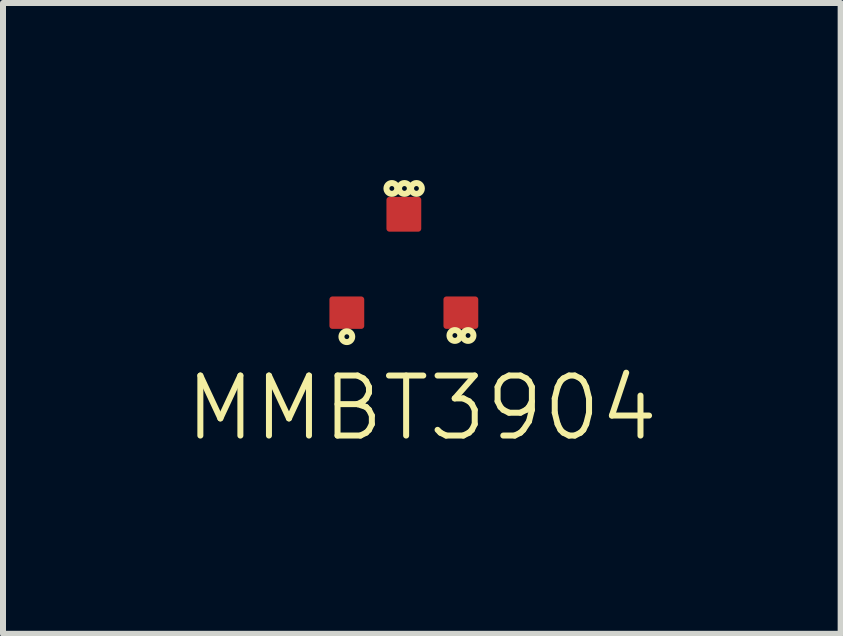
<source format=kicad_pcb>
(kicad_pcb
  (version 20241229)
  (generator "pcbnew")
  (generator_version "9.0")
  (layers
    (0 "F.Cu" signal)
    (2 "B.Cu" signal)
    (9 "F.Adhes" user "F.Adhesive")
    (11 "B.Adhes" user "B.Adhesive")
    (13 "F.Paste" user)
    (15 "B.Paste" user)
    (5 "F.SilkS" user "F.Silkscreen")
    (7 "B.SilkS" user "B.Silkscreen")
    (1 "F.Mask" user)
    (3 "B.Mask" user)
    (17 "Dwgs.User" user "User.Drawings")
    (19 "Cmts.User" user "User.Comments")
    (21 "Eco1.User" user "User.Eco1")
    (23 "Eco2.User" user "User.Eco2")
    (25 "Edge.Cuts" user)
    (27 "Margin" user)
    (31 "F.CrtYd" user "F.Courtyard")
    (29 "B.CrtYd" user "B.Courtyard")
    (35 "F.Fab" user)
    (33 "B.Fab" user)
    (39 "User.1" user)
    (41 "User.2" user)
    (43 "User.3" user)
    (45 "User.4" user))
  (footprint "MMBT3904"
    (layer "F.Cu")
    (at 3.679 1.94)
    (property "Reference" "MMBT3904" (at 0.3 1.81 0) (unlocked yes) (layer "F.SilkS") (effects (font (size 1 1) (thickness 0.1))))
    (attr smd)
    (fp_rect (start -1.19 0) (end -0.71 0.44) (stroke (width 0.1) (type solid)) (fill yes) (layer "F.Cu"))
    (fp_rect (start -0.24 -1.66) (end 0.24 -1.18) (stroke (width 0.1) (type solid)) (fill yes) (layer "F.Cu"))
    (fp_rect (start 0.71 0) (end 1.19 0.44) (stroke (width 0.1) (type solid)) (fill yes) (layer "F.Cu"))
    (fp_circle (center -0.95 0.62) (end -0.91 0.62) (stroke (width 0.1) (type default)) (fill no) (layer "F.SilkS"))
    (fp_circle (center -0.2 -1.85) (end -0.16 -1.85) (stroke (width 0.1) (type default)) (fill no) (layer "F.SilkS"))
    (fp_circle (center 0.01 -1.85) (end 0.05 -1.85) (stroke (width 0.1) (type default)) (fill no) (layer "F.SilkS"))
    (fp_circle (center 0.21 -1.85) (end 0.25 -1.85) (stroke (width 0.1) (type default)) (fill no) (layer "F.SilkS"))
    (fp_circle (center 0.85 0.6) (end 0.89 0.6) (stroke (width 0.1) (type default)) (fill no) (layer "F.SilkS"))
    (fp_circle (center 1.07 0.6) (end 1.11 0.6) (stroke (width 0.1) (type default)) (fill no) (layer "F.SilkS"))
    (fp_rect (start -1.19 0) (end -0.71 0.44) (stroke (width 0.1) (type solid)) (fill yes) (layer "F.Paste"))
    (fp_rect (start -0.24 -1.66) (end 0.24 -1.18) (stroke (width 0.1) (type solid)) (fill yes) (layer "F.Paste"))
    (fp_rect (start 0.71 0) (end 1.19 0.44) (stroke (width 0.1) (type solid)) (fill yes) (layer "F.Paste"))
    (fp_line (start -0.95 -0.51) (end 0 0.44) (stroke (width 0.1) (type default)) (layer "User.8"))
    (fp_line (start -0.475 -0.035) (end 0.76 0.02) (stroke (width 0.1) (type default)) (layer "User.8"))
    (fp_line (start -0.14 -1.08) (end -0.475 -0.035) (stroke (width 0.1) (type default)) (layer "User.8"))
    (fp_line (start 0.57 -0.25) (end 0.76 0.02) (stroke (width 0.1) (type default)) (layer "User.8"))
    (fp_line (start 0.76 0.02) (end 0.44 0.15) (stroke (width 0.1) (type default)) (layer "User.8"))
    (fp_circle (center 0 -0.51) (end 0.95 -0.51) (stroke (width 0.1) (type default)) (fill no) (layer "User.8")))
  (gr_rect
    (start -3 -3)
    (end 10.957 7.511)
    (stroke (width 0.1) (type default))
    (fill no)
    (layer "Edge.Cuts")))
</source>
